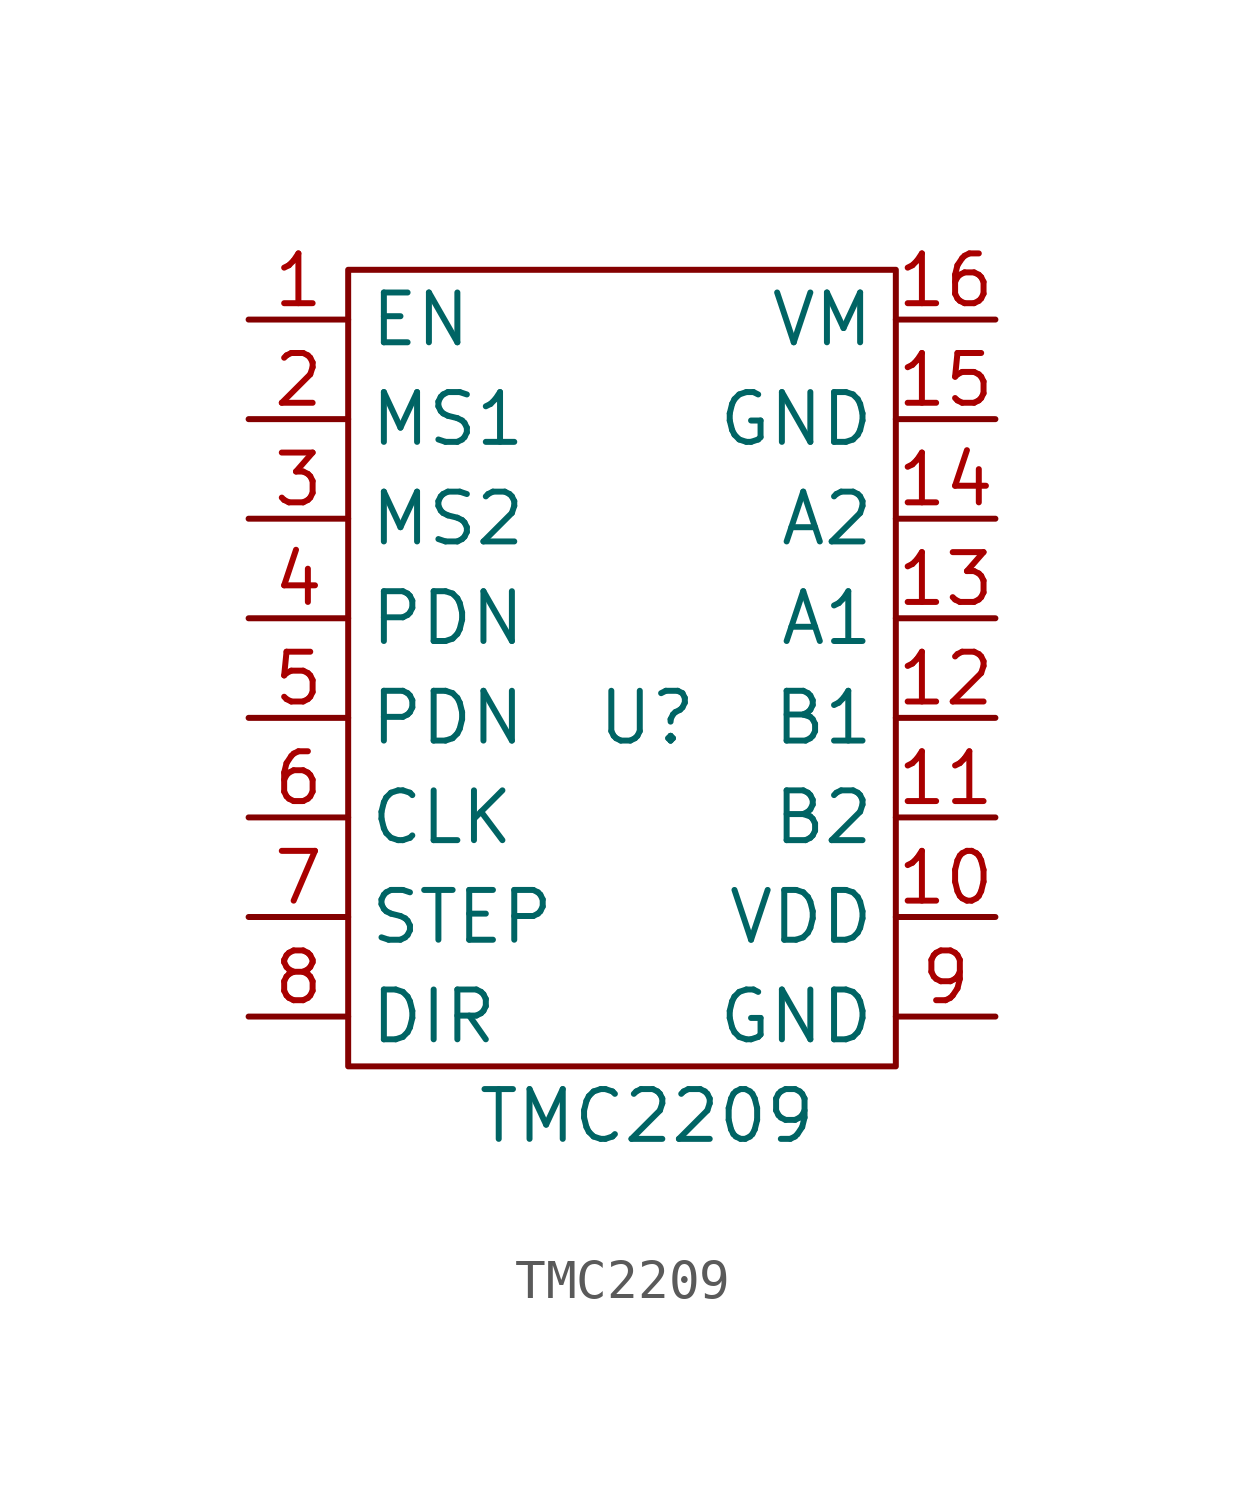
<source format=kicad_sym>
(kicad_symbol_lib
  (version 20241209)
  (generator "kicad_symbol_editor")
  (generator_version "9.0")
  (symbol "TMC2209"
    (property "Reference" "U"
      (at 1.27 0 0)
      (effects (font (size 1.27 1.27))))
    (property "Value" "TMC2209"
      (at 1.27 -10.16 0)
      (effects (font (size 1.27 1.27))))
    (symbol "TMC2209_0_1"
      (rectangle (start -6.35 11.43) (end 7.62 -8.89) (stroke (width 0) (type default)) (fill (type none))))
    (symbol "TMC2209_1_1"
      (pin input line (at -8.89 10.16 0) (length 2.54) (name "EN" (effects (font (size 1.27 1.27)))) (number "1" (effects (font (size 1.27 1.27)))))
      (pin input line (at -8.89 7.62 0) (length 2.54) (name "MS1" (effects (font (size 1.27 1.27)))) (number "2" (effects (font (size 1.27 1.27)))))
      (pin input line (at -8.89 5.08 0) (length 2.54) (name "MS2" (effects (font (size 1.27 1.27)))) (number "3" (effects (font (size 1.27 1.27)))))
      (pin input line (at -8.89 2.54 0) (length 2.54) (name "PDN" (effects (font (size 1.27 1.27)))) (number "4" (effects (font (size 1.27 1.27)))))
      (pin input line (at -8.89 0 0) (length 2.54) (name "PDN" (effects (font (size 1.27 1.27)))) (number "5" (effects (font (size 1.27 1.27)))))
      (pin input line (at -8.89 -2.54 0) (length 2.54) (name "CLK" (effects (font (size 1.27 1.27)))) (number "6" (effects (font (size 1.27 1.27)))))
      (pin input line (at -8.89 -5.08 0) (length 2.54) (name "STEP" (effects (font (size 1.27 1.27)))) (number "7" (effects (font (size 1.27 1.27)))))
      (pin input line (at -8.89 -7.62 0) (length 2.54) (name "DIR" (effects (font (size 1.27 1.27)))) (number "8" (effects (font (size 1.27 1.27)))))
      (pin input line (at 10.16 10.16 180) (length 2.54) (name "VM" (effects (font (size 1.27 1.27)))) (number "16" (effects (font (size 1.27 1.27)))))
      (pin input line (at 10.16 7.62 180) (length 2.54) (name "GND" (effects (font (size 1.27 1.27)))) (number "15" (effects (font (size 1.27 1.27)))))
      (pin input line (at 10.16 5.08 180) (length 2.54) (name "A2" (effects (font (size 1.27 1.27)))) (number "14" (effects (font (size 1.27 1.27)))))
      (pin input line (at 10.16 2.54 180) (length 2.54) (name "A1" (effects (font (size 1.27 1.27)))) (number "13" (effects (font (size 1.27 1.27)))))
      (pin input line (at 10.16 0 180) (length 2.54) (name "B1" (effects (font (size 1.27 1.27)))) (number "12" (effects (font (size 1.27 1.27)))))
      (pin input line (at 10.16 -2.54 180) (length 2.54) (name "B2" (effects (font (size 1.27 1.27)))) (number "11" (effects (font (size 1.27 1.27)))))
      (pin input line (at 10.16 -5.08 180) (length 2.54) (name "VDD" (effects (font (size 1.27 1.27)))) (number "10" (effects (font (size 1.27 1.27)))))
      (pin input line (at 10.16 -7.62 180) (length 2.54) (name "GND" (effects (font (size 1.27 1.27)))) (number "9" (effects (font (size 1.27 1.27))))))))
</source>
